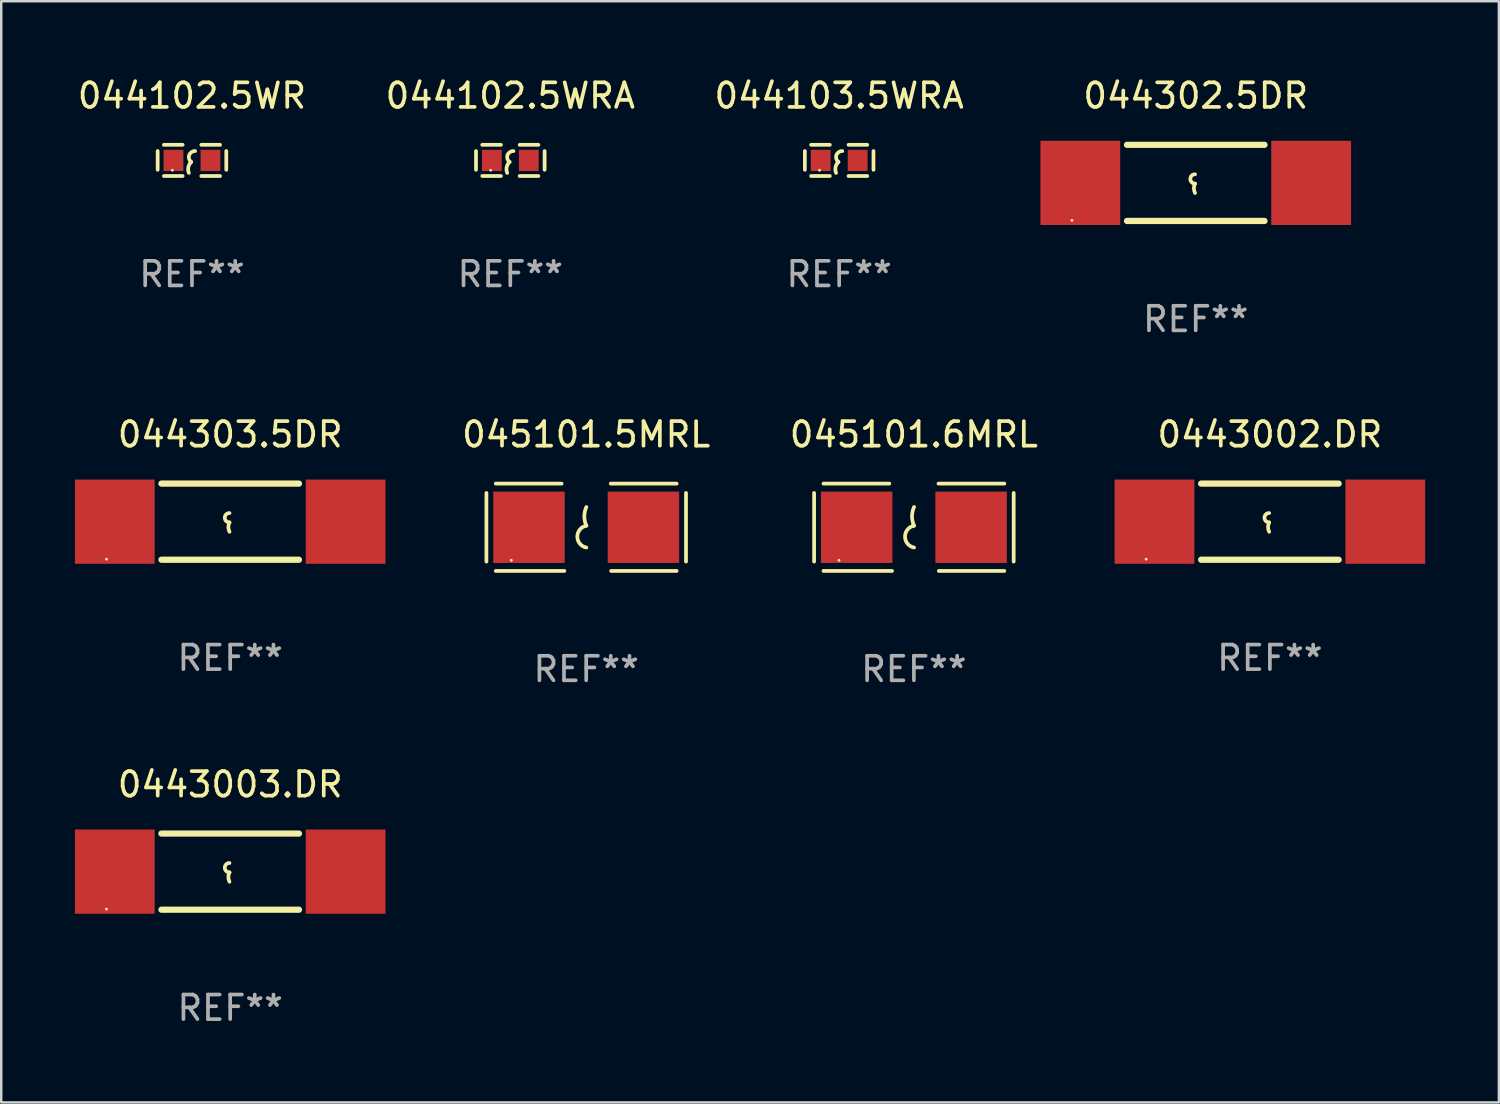
<source format=kicad_pcb>
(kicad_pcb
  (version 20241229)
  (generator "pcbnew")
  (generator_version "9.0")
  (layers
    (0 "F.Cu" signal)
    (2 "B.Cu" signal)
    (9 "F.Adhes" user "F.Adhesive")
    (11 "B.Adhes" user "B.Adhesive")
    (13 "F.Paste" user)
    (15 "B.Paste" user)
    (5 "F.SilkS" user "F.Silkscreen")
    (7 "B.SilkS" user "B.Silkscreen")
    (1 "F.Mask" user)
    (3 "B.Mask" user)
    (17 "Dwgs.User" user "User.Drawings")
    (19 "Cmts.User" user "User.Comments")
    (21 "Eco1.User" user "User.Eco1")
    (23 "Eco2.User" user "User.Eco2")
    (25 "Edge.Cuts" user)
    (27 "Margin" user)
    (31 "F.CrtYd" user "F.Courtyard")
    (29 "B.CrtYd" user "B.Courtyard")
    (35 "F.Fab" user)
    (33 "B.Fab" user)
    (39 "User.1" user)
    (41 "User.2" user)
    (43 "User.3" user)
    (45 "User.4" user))
  (footprint "044103.5WRA"
    (layer "F.Cu")
    (at 31.125 3.483)
    (property "Reference" "044103.5WRA" (at 0 -2.635 0) (layer "F.SilkS") (effects (font (size 1 1) (thickness 0.15))))
    (attr through_hole)
    (fp_line (start -1.397 -0.381) (end -1.397 0.381) (stroke (width 0.152) (type solid)) (layer "F.SilkS"))
    (fp_line (start -0.381 -0.635) (end -1.143 -0.635) (stroke (width 0.152) (type solid)) (layer "F.SilkS"))
    (fp_line (start -0.381 0.635) (end -1.143 0.635) (stroke (width 0.152) (type solid)) (layer "F.SilkS"))
    (fp_line (start 0.381 -0.635) (end 1.143 -0.635) (stroke (width 0.152) (type solid)) (layer "F.SilkS"))
    (fp_line (start 0.381 0.635) (end 1.143 0.635) (stroke (width 0.152) (type solid)) (layer "F.SilkS"))
    (fp_line (start 1.397 -0.381) (end 1.397 0.381) (stroke (width 0.152) (type solid)) (layer "F.SilkS"))
    (fp_arc (start -0.127 0.508001) (mid -0.146523 0.271131) (end -0.030861 0.0635) (stroke (width 0.151994) (type solid)) (layer "F.SilkS"))
    (fp_arc (start -0.03175 0.0635) (mid -0.113571 -0.216321) (end 0.127001 -0.381002) (stroke (width 0.151994) (type solid)) (layer "F.SilkS"))
    (fp_circle (center -0.8 0.4) (end -0.77 0.4) (stroke (width 0.06) (type solid)) (fill no) (layer "F.SilkS"))
    (fp_text user "REF**" (at 0 4.635 0) (layer "F.Fab") (effects (font (size 1 1) (thickness 0.15))))
    (pad "1" smd rect (at -0.753 0) (size 0.806 0.864) (layers "F.Cu" "F.Mask" "F.Paste"))
    (pad "2" smd rect (at 0.753 0) (size 0.806 0.864) (layers "F.Cu" "F.Mask" "F.Paste")))
  (footprint "045101.6MRL"
    (layer "F.Cu")
    (at 34.168 18.423)
    (property "Reference" "045101.6MRL" (at 0 -3.778 0) (layer "F.SilkS") (effects (font (size 1 1) (thickness 0.15))))
    (attr through_hole)
    (fp_line (start -4.064 -1.397) (end -4.064 1.397) (stroke (width 0.152) (type solid)) (layer "F.SilkS"))
    (fp_line (start -3.683 -1.778) (end -1.002 -1.778) (stroke (width 0.152) (type solid)) (layer "F.SilkS"))
    (fp_line (start -0.889 1.778) (end -3.683 1.778) (stroke (width 0.152) (type solid)) (layer "F.SilkS"))
    (fp_line (start 1.016 1.778) (end 3.683 1.778) (stroke (width 0.152) (type solid)) (layer "F.SilkS"))
    (fp_line (start 3.683 -1.778) (end 1.001 -1.778) (stroke (width 0.152) (type solid)) (layer "F.SilkS"))
    (fp_line (start 4.064 -1.397) (end 4.064 1.397) (stroke (width 0.152) (type solid)) (layer "F.SilkS"))
    (fp_arc (start 0.006045 -0.0635) (mid -0.075591 -0.444501) (end 0.006045 -0.825502) (stroke (width 0.151994) (type solid)) (layer "F.SilkS"))
    (fp_arc (start 0.006045 0.825502) (mid -0.361643 0.381001) (end 0.006045 -0.0635) (stroke (width 0.151994) (type solid)) (layer "F.SilkS"))
    (fp_circle (center -3.05 1.345) (end -3.02 1.345) (stroke (width 0.06) (type solid)) (fill no) (layer "F.SilkS"))
    (fp_text user "REF**" (at 0 5.778 0) (layer "F.Fab") (effects (font (size 1 1) (thickness 0.15))))
    (pad "1" smd rect (at -2.33 0) (size 2.91 2.905) (layers "F.Cu" "F.Mask" "F.Paste"))
    (pad "2" smd rect (at 2.33 0) (size 2.91 2.905) (layers "F.Cu" "F.Mask" "F.Paste")))
  (footprint "0443002.DR"
    (layer "F.Cu")
    (at 48.666 18.195)
    (property "Reference" "0443002.DR" (at 0 -3.55 0) (layer "F.SilkS") (effects (font (size 1 1) (thickness 0.15))))
    (attr through_hole)
    (fp_line (start -2.8 -1.55) (end 2.8 -1.55) (stroke (width 0.254) (type solid)) (layer "F.SilkS"))
    (fp_line (start -2.8 1.55) (end 2.8 1.55) (stroke (width 0.254) (type solid)) (layer "F.SilkS"))
    (fp_arc (start -0.029896 0.030074) (mid -0.220397 -0.160427) (end -0.029896 -0.350928) (stroke (width 0.151994) (type solid)) (layer "F.SilkS"))
    (fp_arc (start -0.029896 0.411075) (mid -0.074867 0.220574) (end -0.029896 0.030074) (stroke (width 0.151994) (type solid)) (layer "F.SilkS"))
    (fp_circle (center -5.04 1.525) (end -5.01 1.525) (stroke (width 0.06) (type solid)) (fill no) (layer "F.SilkS"))
    (fp_text user "REF**" (at 0 5.55 0) (layer "F.Fab") (effects (font (size 1 1) (thickness 0.15))))
    (pad "1" smd rect (at -4.7 0) (size 3.25 3.43) (layers "F.Cu" "F.Mask" "F.Paste"))
    (pad "2" smd rect (at 4.7 0) (size 3.25 3.43) (layers "F.Cu" "F.Mask" "F.Paste")))
  (footprint "0443003.DR"
    (layer "F.Cu")
    (at 6.325 32.447)
    (property "Reference" "0443003.DR" (at 0 -3.55 0) (layer "F.SilkS") (effects (font (size 1 1) (thickness 0.15))))
    (attr through_hole)
    (fp_line (start -2.8 -1.55) (end 2.8 -1.55) (stroke (width 0.254) (type solid)) (layer "F.SilkS"))
    (fp_line (start -2.8 1.55) (end 2.8 1.55) (stroke (width 0.254) (type solid)) (layer "F.SilkS"))
    (fp_arc (start -0.029896 0.030074) (mid -0.220397 -0.160427) (end -0.029896 -0.350928) (stroke (width 0.151994) (type solid)) (layer "F.SilkS"))
    (fp_arc (start -0.029896 0.411075) (mid -0.074867 0.220574) (end -0.029896 0.030074) (stroke (width 0.151994) (type solid)) (layer "F.SilkS"))
    (fp_circle (center -5.04 1.525) (end -5.01 1.525) (stroke (width 0.06) (type solid)) (fill no) (layer "F.SilkS"))
    (fp_text user "REF**" (at 0 5.55 0) (layer "F.Fab") (effects (font (size 1 1) (thickness 0.15))))
    (pad "1" smd rect (at -4.7 0) (size 3.25 3.43) (layers "F.Cu" "F.Mask" "F.Paste"))
    (pad "2" smd rect (at 4.7 0) (size 3.25 3.43) (layers "F.Cu" "F.Mask" "F.Paste")))
  (footprint "044303.5DR"
    (layer "F.Cu")
    (at 6.325 18.195)
    (property "Reference" "044303.5DR" (at 0 -3.55 0) (layer "F.SilkS") (effects (font (size 1 1) (thickness 0.15))))
    (attr through_hole)
    (fp_line (start -2.8 -1.55) (end 2.8 -1.55) (stroke (width 0.254) (type solid)) (layer "F.SilkS"))
    (fp_line (start -2.8 1.55) (end 2.8 1.55) (stroke (width 0.254) (type solid)) (layer "F.SilkS"))
    (fp_arc (start -0.029896 0.030074) (mid -0.220397 -0.160427) (end -0.029896 -0.350928) (stroke (width 0.151994) (type solid)) (layer "F.SilkS"))
    (fp_arc (start -0.029896 0.411075) (mid -0.074867 0.220574) (end -0.029896 0.030074) (stroke (width 0.151994) (type solid)) (layer "F.SilkS"))
    (fp_circle (center -5.04 1.525) (end -5.01 1.525) (stroke (width 0.06) (type solid)) (fill no) (layer "F.SilkS"))
    (fp_text user "REF**" (at 0 5.55 0) (layer "F.Fab") (effects (font (size 1 1) (thickness 0.15))))
    (pad "1" smd rect (at -4.7 0) (size 3.25 3.43) (layers "F.Cu" "F.Mask" "F.Paste"))
    (pad "2" smd rect (at 4.7 0) (size 3.25 3.43) (layers "F.Cu" "F.Mask" "F.Paste")))
  (footprint "044102.5WR"
    (layer "F.Cu")
    (at 4.768 3.483)
    (property "Reference" "044102.5WR" (at 0 -2.635 0) (layer "F.SilkS") (effects (font (size 1 1) (thickness 0.15))))
    (attr through_hole)
    (fp_line (start -1.397 -0.381) (end -1.397 0.381) (stroke (width 0.152) (type solid)) (layer "F.SilkS"))
    (fp_line (start -0.381 -0.635) (end -1.143 -0.635) (stroke (width 0.152) (type solid)) (layer "F.SilkS"))
    (fp_line (start -0.381 0.635) (end -1.143 0.635) (stroke (width 0.152) (type solid)) (layer "F.SilkS"))
    (fp_line (start 0.381 -0.635) (end 1.143 -0.635) (stroke (width 0.152) (type solid)) (layer "F.SilkS"))
    (fp_line (start 0.381 0.635) (end 1.143 0.635) (stroke (width 0.152) (type solid)) (layer "F.SilkS"))
    (fp_line (start 1.397 -0.381) (end 1.397 0.381) (stroke (width 0.152) (type solid)) (layer "F.SilkS"))
    (fp_arc (start -0.127 0.508001) (mid -0.146523 0.271131) (end -0.030861 0.0635) (stroke (width 0.151994) (type solid)) (layer "F.SilkS"))
    (fp_arc (start -0.03175 0.0635) (mid -0.113571 -0.216321) (end 0.127001 -0.381002) (stroke (width 0.151994) (type solid)) (layer "F.SilkS"))
    (fp_circle (center -0.8 0.4) (end -0.77 0.4) (stroke (width 0.06) (type solid)) (fill no) (layer "F.SilkS"))
    (fp_text user "REF**" (at 0 4.635 0) (layer "F.Fab") (effects (font (size 1 1) (thickness 0.15))))
    (pad "1" smd rect (at -0.753 0) (size 0.806 0.864) (layers "F.Cu" "F.Mask" "F.Paste"))
    (pad "2" smd rect (at 0.753 0) (size 0.806 0.864) (layers "F.Cu" "F.Mask" "F.Paste")))
  (footprint "044302.5DR"
    (layer "F.Cu")
    (at 45.646 4.398)
    (property "Reference" "044302.5DR" (at 0 -3.55 0) (layer "F.SilkS") (effects (font (size 1 1) (thickness 0.15))))
    (attr through_hole)
    (fp_line (start -2.8 -1.55) (end 2.8 -1.55) (stroke (width 0.254) (type solid)) (layer "F.SilkS"))
    (fp_line (start -2.8 1.55) (end 2.8 1.55) (stroke (width 0.254) (type solid)) (layer "F.SilkS"))
    (fp_arc (start -0.029896 0.030074) (mid -0.220397 -0.160427) (end -0.029896 -0.350928) (stroke (width 0.151994) (type solid)) (layer "F.SilkS"))
    (fp_arc (start -0.029896 0.411075) (mid -0.074867 0.220574) (end -0.029896 0.030074) (stroke (width 0.151994) (type solid)) (layer "F.SilkS"))
    (fp_circle (center -5.04 1.525) (end -5.01 1.525) (stroke (width 0.06) (type solid)) (fill no) (layer "F.SilkS"))
    (fp_text user "REF**" (at 0 5.55 0) (layer "F.Fab") (effects (font (size 1 1) (thickness 0.15))))
    (pad "1" smd rect (at -4.7 0) (size 3.25 3.43) (layers "F.Cu" "F.Mask" "F.Paste"))
    (pad "2" smd rect (at 4.7 0) (size 3.25 3.43) (layers "F.Cu" "F.Mask" "F.Paste")))
  (footprint "045101.5MRL"
    (layer "F.Cu")
    (at 20.823 18.423)
    (property "Reference" "045101.5MRL" (at 0 -3.778 0) (layer "F.SilkS") (effects (font (size 1 1) (thickness 0.15))))
    (attr through_hole)
    (fp_line (start -4.064 -1.397) (end -4.064 1.397) (stroke (width 0.152) (type solid)) (layer "F.SilkS"))
    (fp_line (start -3.683 -1.778) (end -1.002 -1.778) (stroke (width 0.152) (type solid)) (layer "F.SilkS"))
    (fp_line (start -0.889 1.778) (end -3.683 1.778) (stroke (width 0.152) (type solid)) (layer "F.SilkS"))
    (fp_line (start 1.016 1.778) (end 3.683 1.778) (stroke (width 0.152) (type solid)) (layer "F.SilkS"))
    (fp_line (start 3.683 -1.778) (end 1.001 -1.778) (stroke (width 0.152) (type solid)) (layer "F.SilkS"))
    (fp_line (start 4.064 -1.397) (end 4.064 1.397) (stroke (width 0.152) (type solid)) (layer "F.SilkS"))
    (fp_arc (start 0.006045 -0.0635) (mid -0.075591 -0.444501) (end 0.006045 -0.825502) (stroke (width 0.151994) (type solid)) (layer "F.SilkS"))
    (fp_arc (start 0.006045 0.825502) (mid -0.361643 0.381001) (end 0.006045 -0.0635) (stroke (width 0.151994) (type solid)) (layer "F.SilkS"))
    (fp_circle (center -3.05 1.345) (end -3.02 1.345) (stroke (width 0.06) (type solid)) (fill no) (layer "F.SilkS"))
    (fp_text user "REF**" (at 0 5.778 0) (layer "F.Fab") (effects (font (size 1 1) (thickness 0.15))))
    (pad "1" smd rect (at -2.33 0) (size 2.91 2.905) (layers "F.Cu" "F.Mask" "F.Paste"))
    (pad "2" smd rect (at 2.33 0) (size 2.91 2.905) (layers "F.Cu" "F.Mask" "F.Paste")))
  (footprint "044102.5WRA"
    (layer "F.Cu")
    (at 17.732 3.483)
    (property "Reference" "044102.5WRA" (at 0 -2.635 0) (layer "F.SilkS") (effects (font (size 1 1) (thickness 0.15))))
    (attr through_hole)
    (fp_line (start -1.397 -0.381) (end -1.397 0.381) (stroke (width 0.152) (type solid)) (layer "F.SilkS"))
    (fp_line (start -0.381 -0.635) (end -1.143 -0.635) (stroke (width 0.152) (type solid)) (layer "F.SilkS"))
    (fp_line (start -0.381 0.635) (end -1.143 0.635) (stroke (width 0.152) (type solid)) (layer "F.SilkS"))
    (fp_line (start 0.381 -0.635) (end 1.143 -0.635) (stroke (width 0.152) (type solid)) (layer "F.SilkS"))
    (fp_line (start 0.381 0.635) (end 1.143 0.635) (stroke (width 0.152) (type solid)) (layer "F.SilkS"))
    (fp_line (start 1.397 -0.381) (end 1.397 0.381) (stroke (width 0.152) (type solid)) (layer "F.SilkS"))
    (fp_arc (start -0.127 0.508001) (mid -0.146523 0.271131) (end -0.030861 0.0635) (stroke (width 0.151994) (type solid)) (layer "F.SilkS"))
    (fp_arc (start -0.03175 0.0635) (mid -0.113571 -0.216321) (end 0.127001 -0.381002) (stroke (width 0.151994) (type solid)) (layer "F.SilkS"))
    (fp_circle (center -0.8 0.4) (end -0.77 0.4) (stroke (width 0.06) (type solid)) (fill no) (layer "F.SilkS"))
    (fp_text user "REF**" (at 0 4.635 0) (layer "F.Fab") (effects (font (size 1 1) (thickness 0.15))))
    (pad "1" smd rect (at -0.753 0) (size 0.806 0.864) (layers "F.Cu" "F.Mask" "F.Paste"))
    (pad "2" smd rect (at 0.753 0) (size 0.806 0.864) (layers "F.Cu" "F.Mask" "F.Paste")))
  (gr_rect
    (start -3 -3)
    (end 57.991 41.846)
    (stroke (width 0.1) (type default))
    (fill no)
    (layer "Edge.Cuts")))
</source>
